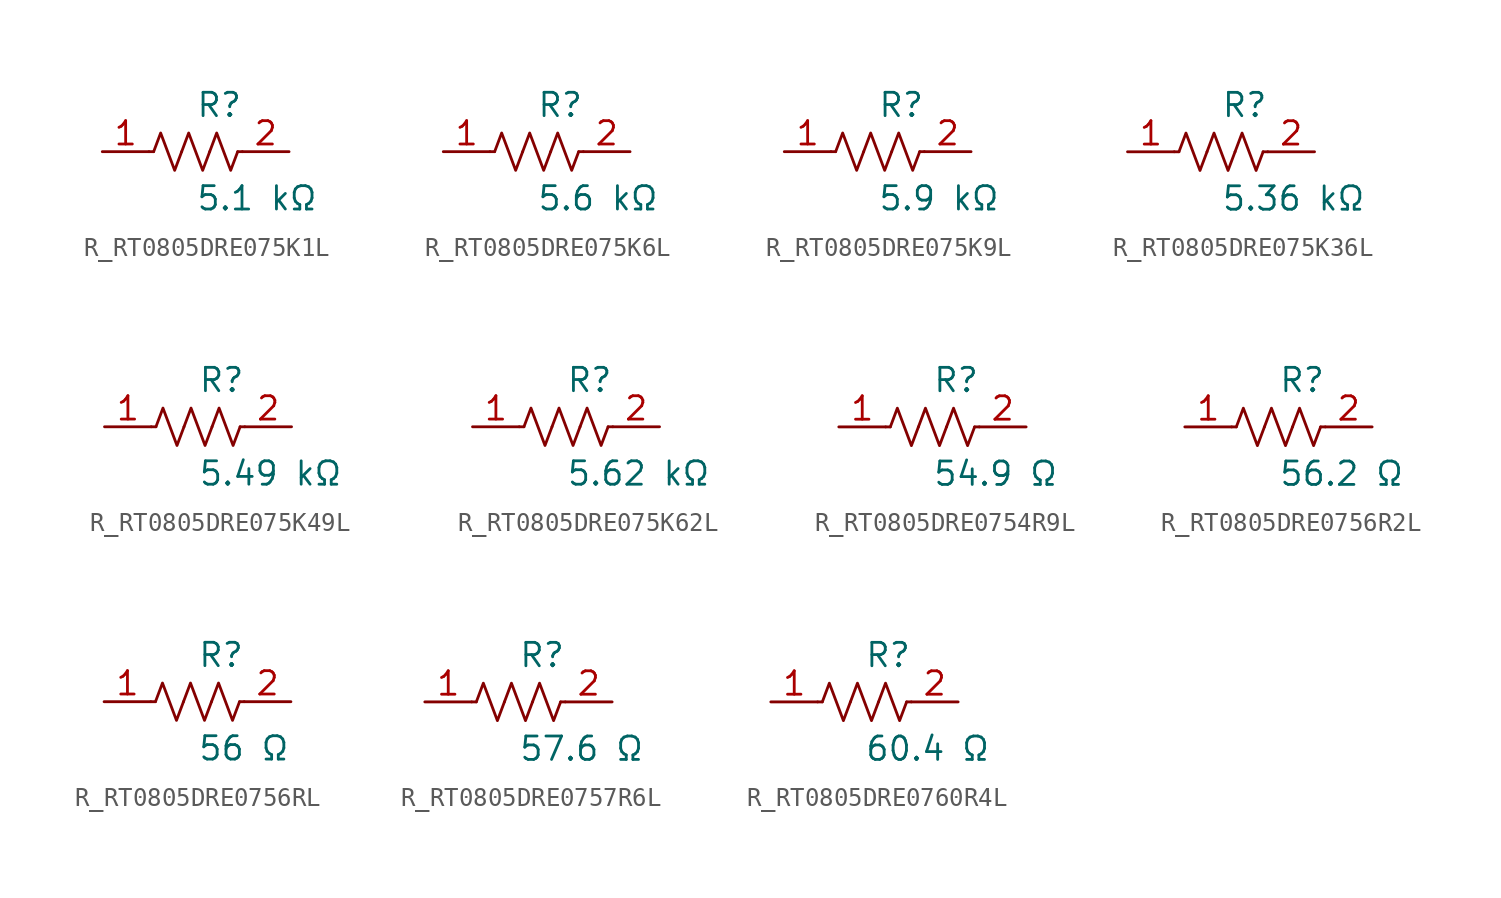
<source format=kicad_sym>
(kicad_symbol_lib
  (version 20231120)
  (generator kicad_symbol_editor)
  (generator_version 8.0)
  (symbol "R_RT0805DRE075K1L"
    (pin_names
      (offset 0.254))
    (property "Reference" "R"
      (at 0.0 2.54 0)
      (effects (font (size 1.27 1.27)) (justify left)))
    (property "Value" "5.1 kΩ"
      (at 0.0 -2.54 0)
      (effects (font (size 1.27 1.27)) (justify left)))
    (symbol "R_RT0805DRE075K1L_0_1"
      (polyline (pts (xy 2.286 0) (xy 2.54 0)) (stroke (width 0) (type default)) (fill (type none)))
      (polyline (pts (xy -2.286 0) (xy -2.54 0)) (stroke (width 0) (type default)) (fill (type none)))
      (polyline (pts (xy 0.762 0) (xy 1.143 1.016) (xy 1.524 0) (xy 1.905 -1.016) (xy 2.286 0)) (stroke (width 0) (type default)) (fill (type none)))
      (polyline (pts (xy -0.762 0) (xy -0.381 1.016) (xy 0 0) (xy 0.381 -1.016) (xy 0.762 0)) (stroke (width 0) (type default)) (fill (type none)))
      (polyline (pts (xy -2.286 0) (xy -1.905 1.016) (xy -1.524 0) (xy -1.143 -1.016) (xy -0.762 0)) (stroke (width 0) (type default)) (fill (type none))))
    (pin unspecified line
      (at -5.08 0 0)
      (length 2.54)
      (name "" (effects (font (size 1.27 1.27))))
      (number "1" (effects (font (size 1.27 1.27)))))
    (pin unspecified line
      (at 5.08 0 180)
      (length 2.54)
      (name "" (effects (font (size 1.27 1.27))))
      (number "2" (effects (font (size 1.27 1.27))))))
  (symbol "R_RT0805DRE075K6L"
    (pin_names
      (offset 0.254))
    (property "Reference" "R"
      (at 0.0 2.54 0)
      (effects (font (size 1.27 1.27)) (justify left)))
    (property "Value" "5.6 kΩ"
      (at 0.0 -2.54 0)
      (effects (font (size 1.27 1.27)) (justify left)))
    (symbol "R_RT0805DRE075K6L_0_1"
      (polyline (pts (xy 2.286 0) (xy 2.54 0)) (stroke (width 0) (type default)) (fill (type none)))
      (polyline (pts (xy -2.286 0) (xy -2.54 0)) (stroke (width 0) (type default)) (fill (type none)))
      (polyline (pts (xy 0.762 0) (xy 1.143 1.016) (xy 1.524 0) (xy 1.905 -1.016) (xy 2.286 0)) (stroke (width 0) (type default)) (fill (type none)))
      (polyline (pts (xy -0.762 0) (xy -0.381 1.016) (xy 0 0) (xy 0.381 -1.016) (xy 0.762 0)) (stroke (width 0) (type default)) (fill (type none)))
      (polyline (pts (xy -2.286 0) (xy -1.905 1.016) (xy -1.524 0) (xy -1.143 -1.016) (xy -0.762 0)) (stroke (width 0) (type default)) (fill (type none))))
    (pin unspecified line
      (at -5.08 0 0)
      (length 2.54)
      (name "" (effects (font (size 1.27 1.27))))
      (number "1" (effects (font (size 1.27 1.27)))))
    (pin unspecified line
      (at 5.08 0 180)
      (length 2.54)
      (name "" (effects (font (size 1.27 1.27))))
      (number "2" (effects (font (size 1.27 1.27))))))
  (symbol "R_RT0805DRE075K9L"
    (pin_names
      (offset 0.254))
    (property "Reference" "R"
      (at 0.0 2.54 0)
      (effects (font (size 1.27 1.27)) (justify left)))
    (property "Value" "5.9 kΩ"
      (at 0.0 -2.54 0)
      (effects (font (size 1.27 1.27)) (justify left)))
    (symbol "R_RT0805DRE075K9L_0_1"
      (polyline (pts (xy 2.286 0) (xy 2.54 0)) (stroke (width 0) (type default)) (fill (type none)))
      (polyline (pts (xy -2.286 0) (xy -2.54 0)) (stroke (width 0) (type default)) (fill (type none)))
      (polyline (pts (xy 0.762 0) (xy 1.143 1.016) (xy 1.524 0) (xy 1.905 -1.016) (xy 2.286 0)) (stroke (width 0) (type default)) (fill (type none)))
      (polyline (pts (xy -0.762 0) (xy -0.381 1.016) (xy 0 0) (xy 0.381 -1.016) (xy 0.762 0)) (stroke (width 0) (type default)) (fill (type none)))
      (polyline (pts (xy -2.286 0) (xy -1.905 1.016) (xy -1.524 0) (xy -1.143 -1.016) (xy -0.762 0)) (stroke (width 0) (type default)) (fill (type none))))
    (pin unspecified line
      (at -5.08 0 0)
      (length 2.54)
      (name "" (effects (font (size 1.27 1.27))))
      (number "1" (effects (font (size 1.27 1.27)))))
    (pin unspecified line
      (at 5.08 0 180)
      (length 2.54)
      (name "" (effects (font (size 1.27 1.27))))
      (number "2" (effects (font (size 1.27 1.27))))))
  (symbol "R_RT0805DRE075K36L"
    (pin_names
      (offset 0.254))
    (property "Reference" "R"
      (at 0.0 2.54 0)
      (effects (font (size 1.27 1.27)) (justify left)))
    (property "Value" "5.36 kΩ"
      (at 0.0 -2.54 0)
      (effects (font (size 1.27 1.27)) (justify left)))
    (symbol "R_RT0805DRE075K36L_0_1"
      (polyline (pts (xy 2.286 0) (xy 2.54 0)) (stroke (width 0) (type default)) (fill (type none)))
      (polyline (pts (xy -2.286 0) (xy -2.54 0)) (stroke (width 0) (type default)) (fill (type none)))
      (polyline (pts (xy 0.762 0) (xy 1.143 1.016) (xy 1.524 0) (xy 1.905 -1.016) (xy 2.286 0)) (stroke (width 0) (type default)) (fill (type none)))
      (polyline (pts (xy -0.762 0) (xy -0.381 1.016) (xy 0 0) (xy 0.381 -1.016) (xy 0.762 0)) (stroke (width 0) (type default)) (fill (type none)))
      (polyline (pts (xy -2.286 0) (xy -1.905 1.016) (xy -1.524 0) (xy -1.143 -1.016) (xy -0.762 0)) (stroke (width 0) (type default)) (fill (type none))))
    (pin unspecified line
      (at -5.08 0 0)
      (length 2.54)
      (name "" (effects (font (size 1.27 1.27))))
      (number "1" (effects (font (size 1.27 1.27)))))
    (pin unspecified line
      (at 5.08 0 180)
      (length 2.54)
      (name "" (effects (font (size 1.27 1.27))))
      (number "2" (effects (font (size 1.27 1.27))))))
  (symbol "R_RT0805DRE075K49L"
    (pin_names
      (offset 0.254))
    (property "Reference" "R"
      (at 0.0 2.54 0)
      (effects (font (size 1.27 1.27)) (justify left)))
    (property "Value" "5.49 kΩ"
      (at 0.0 -2.54 0)
      (effects (font (size 1.27 1.27)) (justify left)))
    (symbol "R_RT0805DRE075K49L_0_1"
      (polyline (pts (xy 2.286 0) (xy 2.54 0)) (stroke (width 0) (type default)) (fill (type none)))
      (polyline (pts (xy -2.286 0) (xy -2.54 0)) (stroke (width 0) (type default)) (fill (type none)))
      (polyline (pts (xy 0.762 0) (xy 1.143 1.016) (xy 1.524 0) (xy 1.905 -1.016) (xy 2.286 0)) (stroke (width 0) (type default)) (fill (type none)))
      (polyline (pts (xy -0.762 0) (xy -0.381 1.016) (xy 0 0) (xy 0.381 -1.016) (xy 0.762 0)) (stroke (width 0) (type default)) (fill (type none)))
      (polyline (pts (xy -2.286 0) (xy -1.905 1.016) (xy -1.524 0) (xy -1.143 -1.016) (xy -0.762 0)) (stroke (width 0) (type default)) (fill (type none))))
    (pin unspecified line
      (at -5.08 0 0)
      (length 2.54)
      (name "" (effects (font (size 1.27 1.27))))
      (number "1" (effects (font (size 1.27 1.27)))))
    (pin unspecified line
      (at 5.08 0 180)
      (length 2.54)
      (name "" (effects (font (size 1.27 1.27))))
      (number "2" (effects (font (size 1.27 1.27))))))
  (symbol "R_RT0805DRE075K62L"
    (pin_names
      (offset 0.254))
    (property "Reference" "R"
      (at 0.0 2.54 0)
      (effects (font (size 1.27 1.27)) (justify left)))
    (property "Value" "5.62 kΩ"
      (at 0.0 -2.54 0)
      (effects (font (size 1.27 1.27)) (justify left)))
    (symbol "R_RT0805DRE075K62L_0_1"
      (polyline (pts (xy 2.286 0) (xy 2.54 0)) (stroke (width 0) (type default)) (fill (type none)))
      (polyline (pts (xy -2.286 0) (xy -2.54 0)) (stroke (width 0) (type default)) (fill (type none)))
      (polyline (pts (xy 0.762 0) (xy 1.143 1.016) (xy 1.524 0) (xy 1.905 -1.016) (xy 2.286 0)) (stroke (width 0) (type default)) (fill (type none)))
      (polyline (pts (xy -0.762 0) (xy -0.381 1.016) (xy 0 0) (xy 0.381 -1.016) (xy 0.762 0)) (stroke (width 0) (type default)) (fill (type none)))
      (polyline (pts (xy -2.286 0) (xy -1.905 1.016) (xy -1.524 0) (xy -1.143 -1.016) (xy -0.762 0)) (stroke (width 0) (type default)) (fill (type none))))
    (pin unspecified line
      (at -5.08 0 0)
      (length 2.54)
      (name "" (effects (font (size 1.27 1.27))))
      (number "1" (effects (font (size 1.27 1.27)))))
    (pin unspecified line
      (at 5.08 0 180)
      (length 2.54)
      (name "" (effects (font (size 1.27 1.27))))
      (number "2" (effects (font (size 1.27 1.27))))))
  (symbol "R_RT0805DRE0754R9L"
    (pin_names
      (offset 0.254))
    (property "Reference" "R"
      (at 0.0 2.54 0)
      (effects (font (size 1.27 1.27)) (justify left)))
    (property "Value" "54.9 Ω"
      (at 0.0 -2.54 0)
      (effects (font (size 1.27 1.27)) (justify left)))
    (symbol "R_RT0805DRE0754R9L_0_1"
      (polyline (pts (xy 2.286 0) (xy 2.54 0)) (stroke (width 0) (type default)) (fill (type none)))
      (polyline (pts (xy -2.286 0) (xy -2.54 0)) (stroke (width 0) (type default)) (fill (type none)))
      (polyline (pts (xy 0.762 0) (xy 1.143 1.016) (xy 1.524 0) (xy 1.905 -1.016) (xy 2.286 0)) (stroke (width 0) (type default)) (fill (type none)))
      (polyline (pts (xy -0.762 0) (xy -0.381 1.016) (xy 0 0) (xy 0.381 -1.016) (xy 0.762 0)) (stroke (width 0) (type default)) (fill (type none)))
      (polyline (pts (xy -2.286 0) (xy -1.905 1.016) (xy -1.524 0) (xy -1.143 -1.016) (xy -0.762 0)) (stroke (width 0) (type default)) (fill (type none))))
    (pin unspecified line
      (at -5.08 0 0)
      (length 2.54)
      (name "" (effects (font (size 1.27 1.27))))
      (number "1" (effects (font (size 1.27 1.27)))))
    (pin unspecified line
      (at 5.08 0 180)
      (length 2.54)
      (name "" (effects (font (size 1.27 1.27))))
      (number "2" (effects (font (size 1.27 1.27))))))
  (symbol "R_RT0805DRE0756R2L"
    (pin_names
      (offset 0.254))
    (property "Reference" "R"
      (at 0.0 2.54 0)
      (effects (font (size 1.27 1.27)) (justify left)))
    (property "Value" "56.2 Ω"
      (at 0.0 -2.54 0)
      (effects (font (size 1.27 1.27)) (justify left)))
    (symbol "R_RT0805DRE0756R2L_0_1"
      (polyline (pts (xy 2.286 0) (xy 2.54 0)) (stroke (width 0) (type default)) (fill (type none)))
      (polyline (pts (xy -2.286 0) (xy -2.54 0)) (stroke (width 0) (type default)) (fill (type none)))
      (polyline (pts (xy 0.762 0) (xy 1.143 1.016) (xy 1.524 0) (xy 1.905 -1.016) (xy 2.286 0)) (stroke (width 0) (type default)) (fill (type none)))
      (polyline (pts (xy -0.762 0) (xy -0.381 1.016) (xy 0 0) (xy 0.381 -1.016) (xy 0.762 0)) (stroke (width 0) (type default)) (fill (type none)))
      (polyline (pts (xy -2.286 0) (xy -1.905 1.016) (xy -1.524 0) (xy -1.143 -1.016) (xy -0.762 0)) (stroke (width 0) (type default)) (fill (type none))))
    (pin unspecified line
      (at -5.08 0 0)
      (length 2.54)
      (name "" (effects (font (size 1.27 1.27))))
      (number "1" (effects (font (size 1.27 1.27)))))
    (pin unspecified line
      (at 5.08 0 180)
      (length 2.54)
      (name "" (effects (font (size 1.27 1.27))))
      (number "2" (effects (font (size 1.27 1.27))))))
  (symbol "R_RT0805DRE0756RL"
    (pin_names
      (offset 0.254))
    (property "Reference" "R"
      (at 0.0 2.54 0)
      (effects (font (size 1.27 1.27)) (justify left)))
    (property "Value" "56 Ω"
      (at 0.0 -2.54 0)
      (effects (font (size 1.27 1.27)) (justify left)))
    (symbol "R_RT0805DRE0756RL_0_1"
      (polyline (pts (xy 2.286 0) (xy 2.54 0)) (stroke (width 0) (type default)) (fill (type none)))
      (polyline (pts (xy -2.286 0) (xy -2.54 0)) (stroke (width 0) (type default)) (fill (type none)))
      (polyline (pts (xy 0.762 0) (xy 1.143 1.016) (xy 1.524 0) (xy 1.905 -1.016) (xy 2.286 0)) (stroke (width 0) (type default)) (fill (type none)))
      (polyline (pts (xy -0.762 0) (xy -0.381 1.016) (xy 0 0) (xy 0.381 -1.016) (xy 0.762 0)) (stroke (width 0) (type default)) (fill (type none)))
      (polyline (pts (xy -2.286 0) (xy -1.905 1.016) (xy -1.524 0) (xy -1.143 -1.016) (xy -0.762 0)) (stroke (width 0) (type default)) (fill (type none))))
    (pin unspecified line
      (at -5.08 0 0)
      (length 2.54)
      (name "" (effects (font (size 1.27 1.27))))
      (number "1" (effects (font (size 1.27 1.27)))))
    (pin unspecified line
      (at 5.08 0 180)
      (length 2.54)
      (name "" (effects (font (size 1.27 1.27))))
      (number "2" (effects (font (size 1.27 1.27))))))
  (symbol "R_RT0805DRE0757R6L"
    (pin_names
      (offset 0.254))
    (property "Reference" "R"
      (at 0.0 2.54 0)
      (effects (font (size 1.27 1.27)) (justify left)))
    (property "Value" "57.6 Ω"
      (at 0.0 -2.54 0)
      (effects (font (size 1.27 1.27)) (justify left)))
    (symbol "R_RT0805DRE0757R6L_0_1"
      (polyline (pts (xy 2.286 0) (xy 2.54 0)) (stroke (width 0) (type default)) (fill (type none)))
      (polyline (pts (xy -2.286 0) (xy -2.54 0)) (stroke (width 0) (type default)) (fill (type none)))
      (polyline (pts (xy 0.762 0) (xy 1.143 1.016) (xy 1.524 0) (xy 1.905 -1.016) (xy 2.286 0)) (stroke (width 0) (type default)) (fill (type none)))
      (polyline (pts (xy -0.762 0) (xy -0.381 1.016) (xy 0 0) (xy 0.381 -1.016) (xy 0.762 0)) (stroke (width 0) (type default)) (fill (type none)))
      (polyline (pts (xy -2.286 0) (xy -1.905 1.016) (xy -1.524 0) (xy -1.143 -1.016) (xy -0.762 0)) (stroke (width 0) (type default)) (fill (type none))))
    (pin unspecified line
      (at -5.08 0 0)
      (length 2.54)
      (name "" (effects (font (size 1.27 1.27))))
      (number "1" (effects (font (size 1.27 1.27)))))
    (pin unspecified line
      (at 5.08 0 180)
      (length 2.54)
      (name "" (effects (font (size 1.27 1.27))))
      (number "2" (effects (font (size 1.27 1.27))))))
  (symbol "R_RT0805DRE0760R4L"
    (pin_names
      (offset 0.254))
    (property "Reference" "R"
      (at 0.0 2.54 0)
      (effects (font (size 1.27 1.27)) (justify left)))
    (property "Value" "60.4 Ω"
      (at 0.0 -2.54 0)
      (effects (font (size 1.27 1.27)) (justify left)))
    (symbol "R_RT0805DRE0760R4L_0_1"
      (polyline (pts (xy 2.286 0) (xy 2.54 0)) (stroke (width 0) (type default)) (fill (type none)))
      (polyline (pts (xy -2.286 0) (xy -2.54 0)) (stroke (width 0) (type default)) (fill (type none)))
      (polyline (pts (xy 0.762 0) (xy 1.143 1.016) (xy 1.524 0) (xy 1.905 -1.016) (xy 2.286 0)) (stroke (width 0) (type default)) (fill (type none)))
      (polyline (pts (xy -0.762 0) (xy -0.381 1.016) (xy 0 0) (xy 0.381 -1.016) (xy 0.762 0)) (stroke (width 0) (type default)) (fill (type none)))
      (polyline (pts (xy -2.286 0) (xy -1.905 1.016) (xy -1.524 0) (xy -1.143 -1.016) (xy -0.762 0)) (stroke (width 0) (type default)) (fill (type none))))
    (pin unspecified line
      (at -5.08 0 0)
      (length 2.54)
      (name "" (effects (font (size 1.27 1.27))))
      (number "1" (effects (font (size 1.27 1.27)))))
    (pin unspecified line
      (at 5.08 0 180)
      (length 2.54)
      (name "" (effects (font (size 1.27 1.27))))
      (number "2" (effects (font (size 1.27 1.27)))))))
</source>
